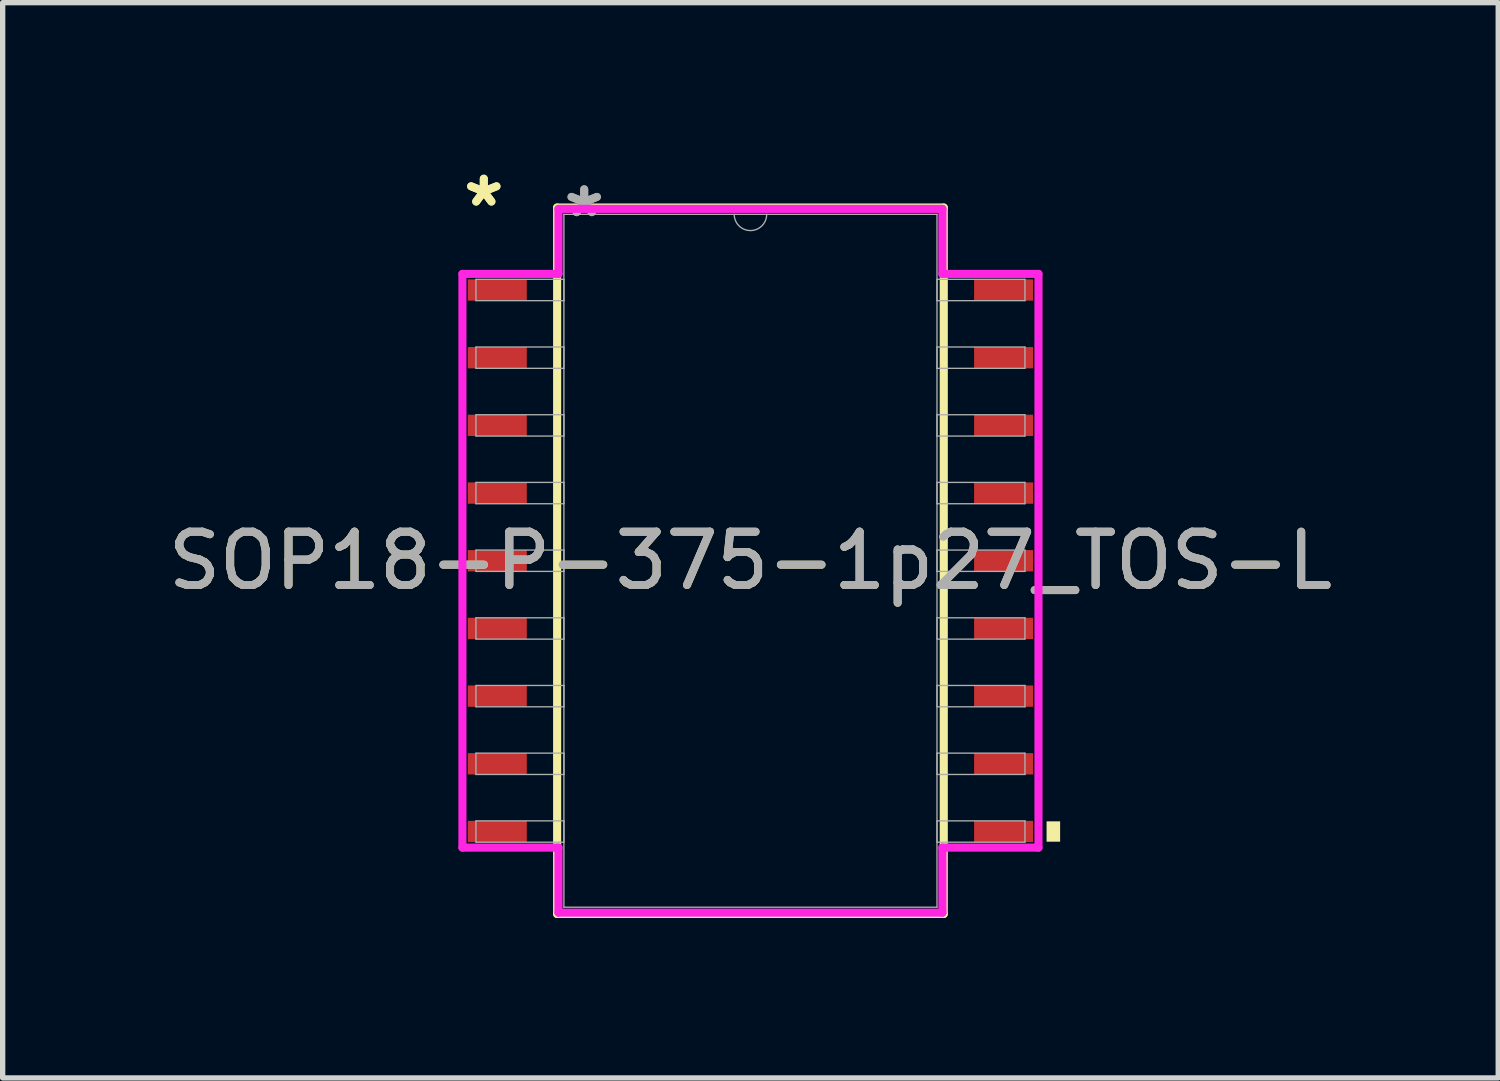
<source format=kicad_pcb>
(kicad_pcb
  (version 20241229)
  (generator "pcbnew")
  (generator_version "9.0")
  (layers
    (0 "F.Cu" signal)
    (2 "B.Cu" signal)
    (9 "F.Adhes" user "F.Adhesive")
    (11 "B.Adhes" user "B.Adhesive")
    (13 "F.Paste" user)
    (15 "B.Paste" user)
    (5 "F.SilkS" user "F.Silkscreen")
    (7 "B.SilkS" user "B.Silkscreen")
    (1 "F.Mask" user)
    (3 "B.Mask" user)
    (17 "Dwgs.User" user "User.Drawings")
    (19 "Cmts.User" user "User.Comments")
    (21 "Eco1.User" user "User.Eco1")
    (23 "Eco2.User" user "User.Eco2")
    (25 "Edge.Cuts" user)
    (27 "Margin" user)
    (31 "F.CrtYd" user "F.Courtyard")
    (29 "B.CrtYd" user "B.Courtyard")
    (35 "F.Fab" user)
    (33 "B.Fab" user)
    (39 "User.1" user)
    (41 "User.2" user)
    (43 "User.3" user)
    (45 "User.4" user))
  (footprint "SOP18-P-375-1p27_TOS-L"
    (layer "F.Cu")
    (at 11.03 7.471)
    (property "Reference" "SOP18-P-375-1p27_TOS-L" (at 0 0 0) (unlocked yes) (layer "F.SilkS") (effects (font (size 1 1) (thickness 0.15))))
    (attr smd)
    (fp_line (start -3.627 -6.627) (end -3.627 6.627) (stroke (width 0.152) (type solid)) (layer "F.SilkS"))
    (fp_line (start -3.627 6.627) (end 3.627 6.627) (stroke (width 0.152) (type solid)) (layer "F.SilkS"))
    (fp_line (start 3.627 -6.627) (end -3.627 -6.627) (stroke (width 0.152) (type solid)) (layer "F.SilkS"))
    (fp_line (start 3.627 6.627) (end 3.627 -6.627) (stroke (width 0.152) (type solid)) (layer "F.SilkS"))
    (fp_poly (pts (xy 5.81 4.889) (xy 5.81 5.271) (xy 5.556 5.271) (xy 5.556 4.889)) (stroke (width 0) (type solid)) (fill yes) (layer "F.SilkS"))
    (fp_line (start -5.404 -5.382) (end -3.602 -5.382) (stroke (width 0.152) (type solid)) (layer "F.CrtYd"))
    (fp_line (start -5.404 5.382) (end -5.404 -5.382) (stroke (width 0.152) (type solid)) (layer "F.CrtYd"))
    (fp_line (start -5.404 5.382) (end -3.602 5.382) (stroke (width 0.152) (type solid)) (layer "F.CrtYd"))
    (fp_line (start -3.602 -6.602) (end 3.602 -6.602) (stroke (width 0.152) (type solid)) (layer "F.CrtYd"))
    (fp_line (start -3.602 -5.382) (end -3.602 -6.602) (stroke (width 0.152) (type solid)) (layer "F.CrtYd"))
    (fp_line (start -3.602 6.602) (end -3.602 5.382) (stroke (width 0.152) (type solid)) (layer "F.CrtYd"))
    (fp_line (start 3.602 -6.602) (end 3.602 -5.382) (stroke (width 0.152) (type solid)) (layer "F.CrtYd"))
    (fp_line (start 3.602 5.382) (end 3.602 6.602) (stroke (width 0.152) (type solid)) (layer "F.CrtYd"))
    (fp_line (start 3.602 6.602) (end -3.602 6.602) (stroke (width 0.152) (type solid)) (layer "F.CrtYd"))
    (fp_line (start 5.404 -5.382) (end 3.602 -5.382) (stroke (width 0.152) (type solid)) (layer "F.CrtYd"))
    (fp_line (start 5.404 -5.382) (end 5.404 5.382) (stroke (width 0.152) (type solid)) (layer "F.CrtYd"))
    (fp_line (start 5.404 5.382) (end 3.602 5.382) (stroke (width 0.152) (type solid)) (layer "F.CrtYd"))
    (fp_line (start -5.15 -5.28) (end -5.15 -4.88) (stroke (width 0.025) (type solid)) (layer "F.Fab"))
    (fp_line (start -5.15 -4.88) (end -3.5 -4.88) (stroke (width 0.025) (type solid)) (layer "F.Fab"))
    (fp_line (start -5.15 -4.01) (end -5.15 -3.61) (stroke (width 0.025) (type solid)) (layer "F.Fab"))
    (fp_line (start -5.15 -3.61) (end -3.5 -3.61) (stroke (width 0.025) (type solid)) (layer "F.Fab"))
    (fp_line (start -5.15 -2.74) (end -5.15 -2.34) (stroke (width 0.025) (type solid)) (layer "F.Fab"))
    (fp_line (start -5.15 -2.34) (end -3.5 -2.34) (stroke (width 0.025) (type solid)) (layer "F.Fab"))
    (fp_line (start -5.15 -1.47) (end -5.15 -1.07) (stroke (width 0.025) (type solid)) (layer "F.Fab"))
    (fp_line (start -5.15 -1.07) (end -3.5 -1.07) (stroke (width 0.025) (type solid)) (layer "F.Fab"))
    (fp_line (start -5.15 -0.2) (end -5.15 0.2) (stroke (width 0.025) (type solid)) (layer "F.Fab"))
    (fp_line (start -5.15 0.2) (end -3.5 0.2) (stroke (width 0.025) (type solid)) (layer "F.Fab"))
    (fp_line (start -5.15 1.07) (end -5.15 1.47) (stroke (width 0.025) (type solid)) (layer "F.Fab"))
    (fp_line (start -5.15 1.47) (end -3.5 1.47) (stroke (width 0.025) (type solid)) (layer "F.Fab"))
    (fp_line (start -5.15 2.34) (end -5.15 2.74) (stroke (width 0.025) (type solid)) (layer "F.Fab"))
    (fp_line (start -5.15 2.74) (end -3.5 2.74) (stroke (width 0.025) (type solid)) (layer "F.Fab"))
    (fp_line (start -5.15 3.61) (end -5.15 4.01) (stroke (width 0.025) (type solid)) (layer "F.Fab"))
    (fp_line (start -5.15 4.01) (end -3.5 4.01) (stroke (width 0.025) (type solid)) (layer "F.Fab"))
    (fp_line (start -5.15 4.88) (end -5.15 5.28) (stroke (width 0.025) (type solid)) (layer "F.Fab"))
    (fp_line (start -5.15 5.28) (end -3.5 5.28) (stroke (width 0.025) (type solid)) (layer "F.Fab"))
    (fp_line (start -3.5 -6.5) (end -3.5 6.5) (stroke (width 0.025) (type solid)) (layer "F.Fab"))
    (fp_line (start -3.5 6.5) (end 3.5 6.5) (stroke (width 0.025) (type solid)) (layer "F.Fab"))
    (fp_line (start -3.5 -5.28) (end -5.15 -5.28) (stroke (width 0.025) (type solid)) (layer "F.Fab"))
    (fp_line (start -3.5 -4.88) (end -3.5 -5.28) (stroke (width 0.025) (type solid)) (layer "F.Fab"))
    (fp_line (start -3.5 -4.01) (end -5.15 -4.01) (stroke (width 0.025) (type solid)) (layer "F.Fab"))
    (fp_line (start -3.5 -3.61) (end -3.5 -4.01) (stroke (width 0.025) (type solid)) (layer "F.Fab"))
    (fp_line (start -3.5 -2.74) (end -5.15 -2.74) (stroke (width 0.025) (type solid)) (layer "F.Fab"))
    (fp_line (start -3.5 -2.34) (end -3.5 -2.74) (stroke (width 0.025) (type solid)) (layer "F.Fab"))
    (fp_line (start -3.5 -1.47) (end -5.15 -1.47) (stroke (width 0.025) (type solid)) (layer "F.Fab"))
    (fp_line (start -3.5 -1.07) (end -3.5 -1.47) (stroke (width 0.025) (type solid)) (layer "F.Fab"))
    (fp_line (start -3.5 -0.2) (end -5.15 -0.2) (stroke (width 0.025) (type solid)) (layer "F.Fab"))
    (fp_line (start -3.5 0.2) (end -3.5 -0.2) (stroke (width 0.025) (type solid)) (layer "F.Fab"))
    (fp_line (start -3.5 1.07) (end -5.15 1.07) (stroke (width 0.025) (type solid)) (layer "F.Fab"))
    (fp_line (start -3.5 1.47) (end -3.5 1.07) (stroke (width 0.025) (type solid)) (layer "F.Fab"))
    (fp_line (start -3.5 2.34) (end -5.15 2.34) (stroke (width 0.025) (type solid)) (layer "F.Fab"))
    (fp_line (start -3.5 2.74) (end -3.5 2.34) (stroke (width 0.025) (type solid)) (layer "F.Fab"))
    (fp_line (start -3.5 3.61) (end -5.15 3.61) (stroke (width 0.025) (type solid)) (layer "F.Fab"))
    (fp_line (start -3.5 4.01) (end -3.5 3.61) (stroke (width 0.025) (type solid)) (layer "F.Fab"))
    (fp_line (start -3.5 4.88) (end -5.15 4.88) (stroke (width 0.025) (type solid)) (layer "F.Fab"))
    (fp_line (start -3.5 5.28) (end -3.5 4.88) (stroke (width 0.025) (type solid)) (layer "F.Fab"))
    (fp_line (start 3.5 -5.28) (end 3.5 -4.88) (stroke (width 0.025) (type solid)) (layer "F.Fab"))
    (fp_line (start 3.5 -4.88) (end 5.15 -4.88) (stroke (width 0.025) (type solid)) (layer "F.Fab"))
    (fp_line (start 3.5 -4.01) (end 3.5 -3.61) (stroke (width 0.025) (type solid)) (layer "F.Fab"))
    (fp_line (start 3.5 -3.61) (end 5.15 -3.61) (stroke (width 0.025) (type solid)) (layer "F.Fab"))
    (fp_line (start 3.5 -2.74) (end 3.5 -2.34) (stroke (width 0.025) (type solid)) (layer "F.Fab"))
    (fp_line (start 3.5 -2.34) (end 5.15 -2.34) (stroke (width 0.025) (type solid)) (layer "F.Fab"))
    (fp_line (start 3.5 -1.47) (end 3.5 -1.07) (stroke (width 0.025) (type solid)) (layer "F.Fab"))
    (fp_line (start 3.5 -1.07) (end 5.15 -1.07) (stroke (width 0.025) (type solid)) (layer "F.Fab"))
    (fp_line (start 3.5 -0.2) (end 3.5 0.2) (stroke (width 0.025) (type solid)) (layer "F.Fab"))
    (fp_line (start 3.5 0.2) (end 5.15 0.2) (stroke (width 0.025) (type solid)) (layer "F.Fab"))
    (fp_line (start 3.5 1.07) (end 3.5 1.47) (stroke (width 0.025) (type solid)) (layer "F.Fab"))
    (fp_line (start 3.5 1.47) (end 5.15 1.47) (stroke (width 0.025) (type solid)) (layer "F.Fab"))
    (fp_line (start 3.5 2.34) (end 3.5 2.74) (stroke (width 0.025) (type solid)) (layer "F.Fab"))
    (fp_line (start 3.5 2.74) (end 5.15 2.74) (stroke (width 0.025) (type solid)) (layer "F.Fab"))
    (fp_line (start 3.5 3.61) (end 3.5 4.01) (stroke (width 0.025) (type solid)) (layer "F.Fab"))
    (fp_line (start 3.5 4.01) (end 5.15 4.01) (stroke (width 0.025) (type solid)) (layer "F.Fab"))
    (fp_line (start 3.5 4.88) (end 3.5 5.28) (stroke (width 0.025) (type solid)) (layer "F.Fab"))
    (fp_line (start 3.5 5.28) (end 5.15 5.28) (stroke (width 0.025) (type solid)) (layer "F.Fab"))
    (fp_line (start 3.5 -6.5) (end -3.5 -6.5) (stroke (width 0.025) (type solid)) (layer "F.Fab"))
    (fp_line (start 3.5 6.5) (end 3.5 -6.5) (stroke (width 0.025) (type solid)) (layer "F.Fab"))
    (fp_line (start 5.15 -5.28) (end 3.5 -5.28) (stroke (width 0.025) (type solid)) (layer "F.Fab"))
    (fp_line (start 5.15 -4.88) (end 5.15 -5.28) (stroke (width 0.025) (type solid)) (layer "F.Fab"))
    (fp_line (start 5.15 -4.01) (end 3.5 -4.01) (stroke (width 0.025) (type solid)) (layer "F.Fab"))
    (fp_line (start 5.15 -3.61) (end 5.15 -4.01) (stroke (width 0.025) (type solid)) (layer "F.Fab"))
    (fp_line (start 5.15 -2.74) (end 3.5 -2.74) (stroke (width 0.025) (type solid)) (layer "F.Fab"))
    (fp_line (start 5.15 -2.34) (end 5.15 -2.74) (stroke (width 0.025) (type solid)) (layer "F.Fab"))
    (fp_line (start 5.15 -1.47) (end 3.5 -1.47) (stroke (width 0.025) (type solid)) (layer "F.Fab"))
    (fp_line (start 5.15 -1.07) (end 5.15 -1.47) (stroke (width 0.025) (type solid)) (layer "F.Fab"))
    (fp_line (start 5.15 -0.2) (end 3.5 -0.2) (stroke (width 0.025) (type solid)) (layer "F.Fab"))
    (fp_line (start 5.15 0.2) (end 5.15 -0.2) (stroke (width 0.025) (type solid)) (layer "F.Fab"))
    (fp_line (start 5.15 1.07) (end 3.5 1.07) (stroke (width 0.025) (type solid)) (layer "F.Fab"))
    (fp_line (start 5.15 1.47) (end 5.15 1.07) (stroke (width 0.025) (type solid)) (layer "F.Fab"))
    (fp_line (start 5.15 2.34) (end 3.5 2.34) (stroke (width 0.025) (type solid)) (layer "F.Fab"))
    (fp_line (start 5.15 2.74) (end 5.15 2.34) (stroke (width 0.025) (type solid)) (layer "F.Fab"))
    (fp_line (start 5.15 3.61) (end 3.5 3.61) (stroke (width 0.025) (type solid)) (layer "F.Fab"))
    (fp_line (start 5.15 4.01) (end 5.15 3.61) (stroke (width 0.025) (type solid)) (layer "F.Fab"))
    (fp_line (start 5.15 4.88) (end 3.5 4.88) (stroke (width 0.025) (type solid)) (layer "F.Fab"))
    (fp_line (start 5.15 5.28) (end 5.15 4.88) (stroke (width 0.025) (type solid)) (layer "F.Fab"))
    (fp_arc (start 0.3048 -6.5) (mid 0 -6.1952) (end -0.3048 -6.5) (stroke (width 0.0254) (type solid)) (layer "F.Fab"))
    (fp_text user "*" (at -5.003 -6.623 0) (unlocked yes) (layer "F.SilkS") (effects (font (size 1 1) (thickness 0.15))))
    (fp_text user "*" (at -5.003 -6.623 0) (layer "F.SilkS") (effects (font (size 1 1) (thickness 0.15))))
    (fp_text user "*" (at -3.119 -6.424 0) (layer "F.Fab") (effects (font (size 1 1) (thickness 0.15))))
    (fp_text user "${REFERENCE}" (at 0 0 0) (unlocked yes) (layer "F.Fab") (effects (font (size 1 1) (thickness 0.15))))
    (fp_text user "*" (at -3.119 -6.424 0) (unlocked yes) (layer "F.Fab") (effects (font (size 1 1) (thickness 0.15))))
    (pad "1" smd rect (at -4.749 -5.08) (size 1.106 0.4) (layers "F.Cu" "F.Mask" "F.Paste"))
    (pad "2" smd rect (at -4.749 -3.81) (size 1.106 0.4) (layers "F.Cu" "F.Mask" "F.Paste"))
    (pad "3" smd rect (at -4.749 -2.54) (size 1.106 0.4) (layers "F.Cu" "F.Mask" "F.Paste"))
    (pad "4" smd rect (at -4.749 -1.27) (size 1.106 0.4) (layers "F.Cu" "F.Mask" "F.Paste"))
    (pad "5" smd rect (at -4.749 0) (size 1.106 0.4) (layers "F.Cu" "F.Mask" "F.Paste"))
    (pad "6" smd rect (at -4.749 1.27) (size 1.106 0.4) (layers "F.Cu" "F.Mask" "F.Paste"))
    (pad "7" smd rect (at -4.749 2.54) (size 1.106 0.4) (layers "F.Cu" "F.Mask" "F.Paste"))
    (pad "8" smd rect (at -4.749 3.81) (size 1.106 0.4) (layers "F.Cu" "F.Mask" "F.Paste"))
    (pad "9" smd rect (at -4.749 5.08) (size 1.106 0.4) (layers "F.Cu" "F.Mask" "F.Paste"))
    (pad "10" smd rect (at 4.749 5.08) (size 1.106 0.4) (layers "F.Cu" "F.Mask" "F.Paste"))
    (pad "11" smd rect (at 4.749 3.81) (size 1.106 0.4) (layers "F.Cu" "F.Mask" "F.Paste"))
    (pad "12" smd rect (at 4.749 2.54) (size 1.106 0.4) (layers "F.Cu" "F.Mask" "F.Paste"))
    (pad "13" smd rect (at 4.749 1.27) (size 1.106 0.4) (layers "F.Cu" "F.Mask" "F.Paste"))
    (pad "14" smd rect (at 4.749 0) (size 1.106 0.4) (layers "F.Cu" "F.Mask" "F.Paste"))
    (pad "15" smd rect (at 4.749 -1.27) (size 1.106 0.4) (layers "F.Cu" "F.Mask" "F.Paste"))
    (pad "16" smd rect (at 4.749 -2.54) (size 1.106 0.4) (layers "F.Cu" "F.Mask" "F.Paste"))
    (pad "17" smd rect (at 4.749 -3.81) (size 1.106 0.4) (layers "F.Cu" "F.Mask" "F.Paste"))
    (pad "18" smd rect (at 4.749 -5.08) (size 1.106 0.4) (layers "F.Cu" "F.Mask" "F.Paste")))
  (gr_rect
    (start -3 -3)
    (end 25.06 17.174)
    (stroke (width 0.1) (type default))
    (fill no)
    (layer "Edge.Cuts")))
</source>
